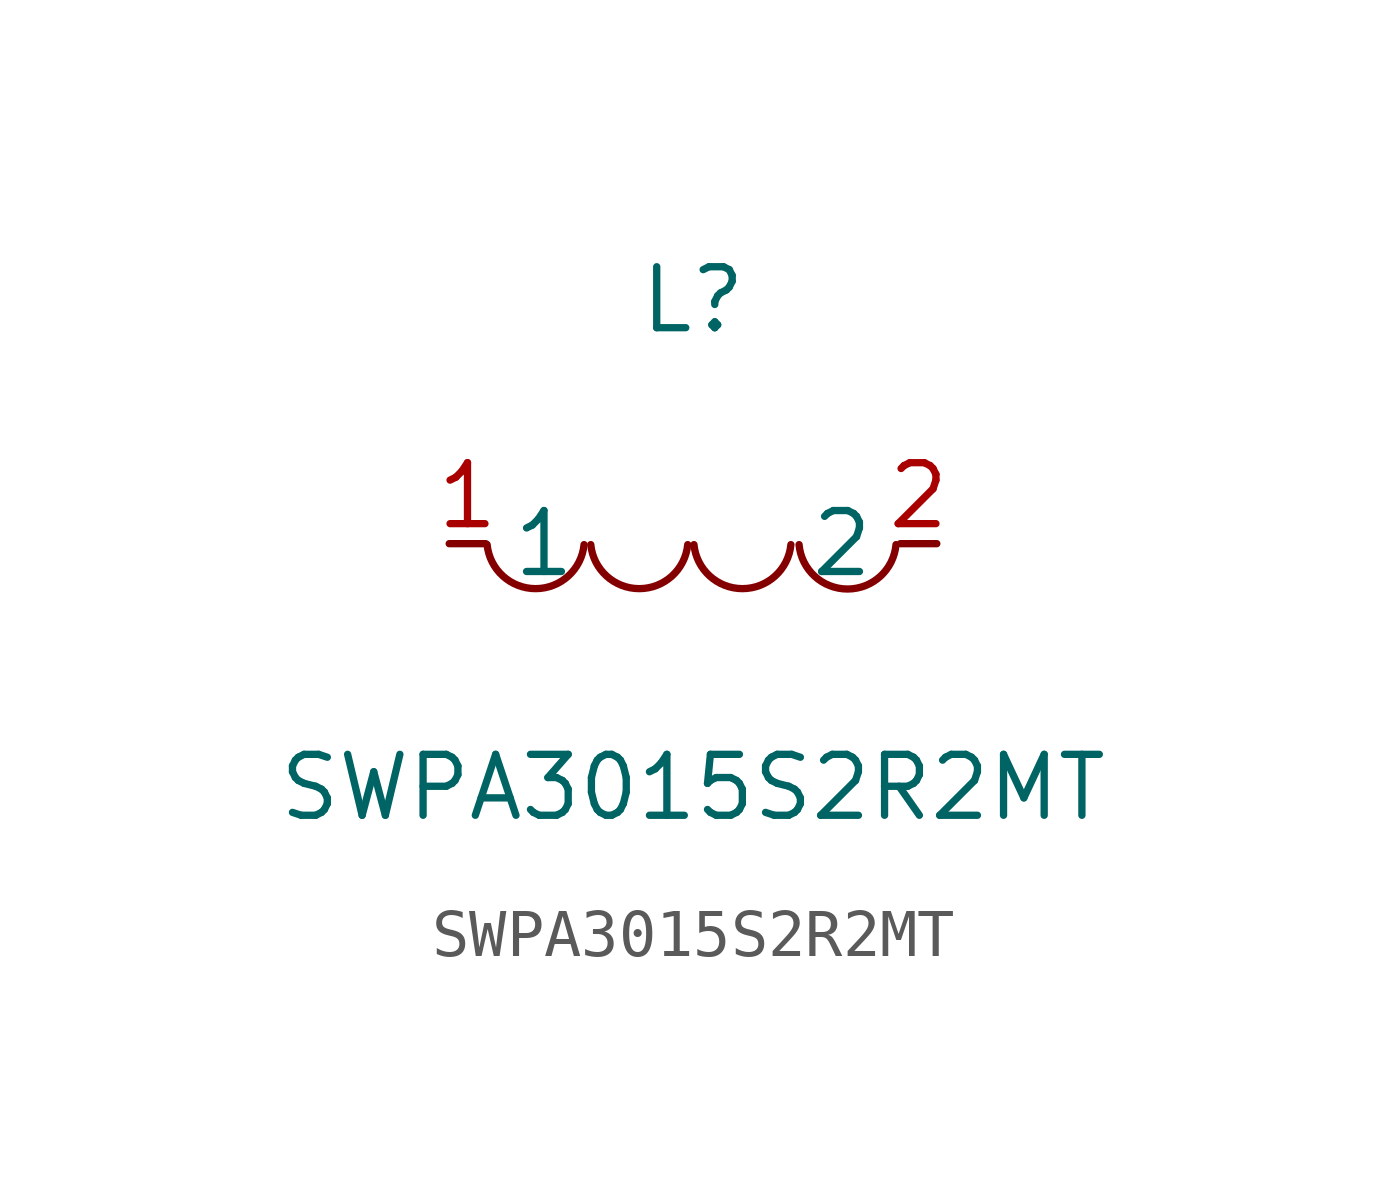
<source format=kicad_sym>
(kicad_symbol_lib
  (version 20211014)
  (generator https://github.com/uPesy/easyeda2kicad.py)
  (symbol "SWPA3015S2R2MT"
    (property "Reference" "L"
      (at 0 5.08 0)
      (effects (font (size 1.27 1.27))))
    (property "Value" "SWPA3015S2R2MT"
      (at 0 -5.08 0)
      (effects (font (size 1.27 1.27))))
    (symbol "SWPA3015S2R2MT_0_1"
      (arc (start -4.29 -0.02) (mid -2.52 -0.79) (end -2.27 -0.02) (stroke (width 0) (type default) (color 0 0 0 0)) (fill (type none)))
      (arc (start -2.13 -0.02) (mid -0.36 -0.79) (end -0.11 -0.02) (stroke (width 0) (type default) (color 0 0 0 0)) (fill (type none)))
      (arc (start 0.02 -0.02) (mid 1.79 -0.79) (end 2.04 -0.02) (stroke (width 0) (type default) (color 0 0 0 0)) (fill (type none)))
      (arc (start 2.21 -0.02) (mid 3.30 -1.12) (end 4.23 -0.02) (stroke (width 0) (type default) (color 0 0 0 0)) (fill (type none)))
      (pin unspecified line (at 5.08 -0.00 180) (length 0.762) (name "2" (effects (font (size 1.27 1.27)))) (number "2" (effects (font (size 1.27 1.27)))))
      (pin unspecified line (at -5.08 -0.00 0) (length 0.762) (name "1" (effects (font (size 1.27 1.27)))) (number "1" (effects (font (size 1.27 1.27))))))))
</source>
